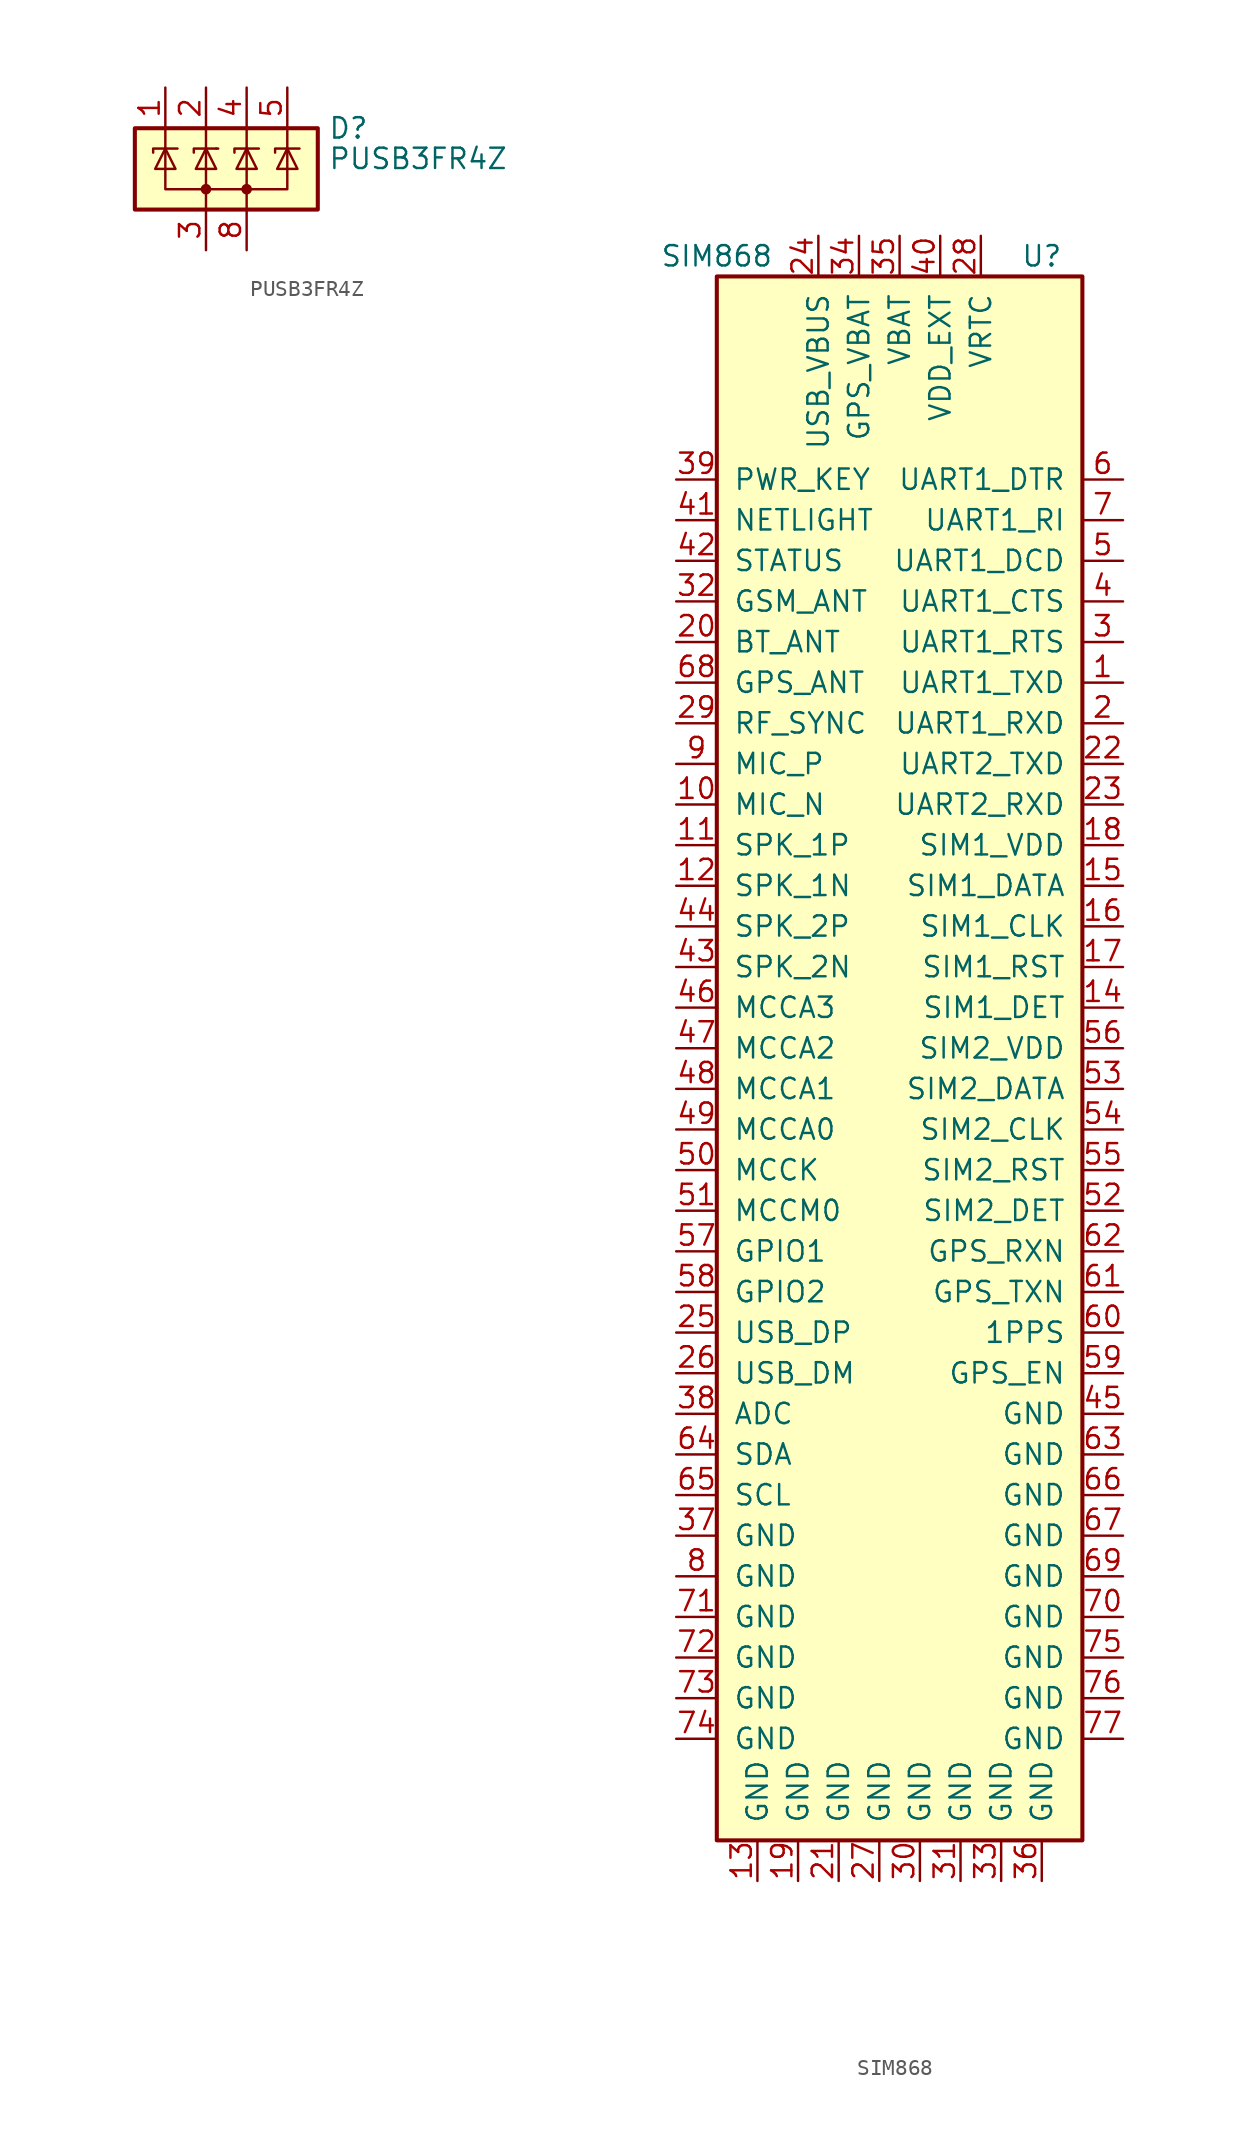
<source format=kicad_sym>
(kicad_symbol_lib
  (version 20231120)
  (generator "kicad_symbol_editor")
  (generator_version "8.0")
  (symbol "PUSB3FR4Z"
    (pin_names hide)
    (property "Reference" "D"
      (at 7.62 2.54 0)
      (effects (font (size 1.27 1.27)) (justify left)))
    (property "Value" "PUSB3FR4Z"
      (at 7.62 0.635 0)
      (effects (font (size 1.27 1.27)) (justify left)))
    (symbol "PUSB3FR4Z_0_1"
      (rectangle (start -4.445 2.54) (end 6.985 -2.54) (stroke (width 0.254) (type default)) (fill (type background)))
      (circle (center 0 -1.27) (radius 0.254) (stroke (width 0) (type default)) (fill (type outline)))
      (polyline (pts (xy -2.54 2.54) (xy -2.54 1.27)) (stroke (width 0) (type default)) (fill (type none)))
      (polyline (pts (xy 0 -1.27) (xy 0 -2.54)) (stroke (width 0) (type default)) (fill (type none)))
      (polyline (pts (xy 0 -1.27) (xy 0 1.27)) (stroke (width 0) (type default)) (fill (type none)))
      (polyline (pts (xy 0 2.54) (xy 0 1.27)) (stroke (width 0) (type default)) (fill (type none)))
      (polyline (pts (xy 0.635 1.27) (xy 0.762 1.27)) (stroke (width 0) (type default)) (fill (type none)))
      (polyline (pts (xy 2.54 -2.54) (xy 2.54 -1.27)) (stroke (width 0) (type default)) (fill (type none)))
      (polyline (pts (xy 2.54 2.54) (xy 2.54 1.27)) (stroke (width 0) (type default)) (fill (type none)))
      (polyline (pts (xy 5.08 2.54) (xy 5.08 1.27)) (stroke (width 0) (type default)) (fill (type none)))
      (polyline (pts (xy 0.635 1.27) (xy -0.762 1.27) (xy -0.762 1.016)) (stroke (width 0) (type default)) (fill (type none)))
      (polyline (pts (xy 5.08 1.27) (xy 5.08 -1.27) (xy 2.54 -1.27)) (stroke (width 0) (type default)) (fill (type none)))
      (polyline (pts (xy -3.302 1.016) (xy -3.302 1.27) (xy -1.905 1.27) (xy -1.778 1.27)) (stroke (width 0) (type default)) (fill (type none)))
      (polyline (pts (xy -2.54 1.27) (xy -2.54 -1.27) (xy 2.54 -1.27) (xy 2.54 1.27)) (stroke (width 0) (type default)) (fill (type none)))
      (polyline (pts (xy -2.54 1.27) (xy -1.905 0) (xy -3.175 0) (xy -2.54 1.27)) (stroke (width 0) (type default)) (fill (type none)))
      (polyline (pts (xy 0.635 0) (xy -0.635 0) (xy 0 1.27) (xy 0.635 0)) (stroke (width 0) (type default)) (fill (type none)))
      (polyline (pts (xy 1.778 1.016) (xy 1.778 1.27) (xy 3.175 1.27) (xy 3.302 1.27)) (stroke (width 0) (type default)) (fill (type none)))
      (polyline (pts (xy 2.54 1.27) (xy 1.905 0) (xy 3.175 0) (xy 2.54 1.27)) (stroke (width 0) (type default)) (fill (type none)))
      (polyline (pts (xy 4.318 1.016) (xy 4.318 1.27) (xy 5.715 1.27) (xy 5.842 1.27)) (stroke (width 0) (type default)) (fill (type none)))
      (polyline (pts (xy 5.08 1.27) (xy 4.445 0) (xy 5.715 0) (xy 5.08 1.27)) (stroke (width 0) (type default)) (fill (type none)))
      (circle (center 2.54 -1.27) (radius 0.254) (stroke (width 0) (type default)) (fill (type outline))))
    (symbol "PUSB3FR4Z_1_0"
      (pin no_connect line (at 8.89 -2.54 180) (length 2.54) hide (name "NC" (effects (font (size 1.27 1.27)))) (number "10" (effects (font (size 1.27 1.27)))))
      (pin power_in line (at 0 -5.08 90) (length 2.54) (name "GND" (effects (font (size 1.27 1.27)))) (number "3" (effects (font (size 1.27 1.27)))))
      (pin no_connect line (at -6.35 -2.54 0) (length 2.54) hide (name "NC" (effects (font (size 1.27 1.27)))) (number "6" (effects (font (size 1.27 1.27)))))
      (pin no_connect line (at -3.81 -5.08 90) (length 2.54) hide (name "NC" (effects (font (size 1.27 1.27)))) (number "7" (effects (font (size 1.27 1.27)))))
      (pin power_in line (at 2.54 -5.08 90) (length 2.54) (name "GND" (effects (font (size 1.27 1.27)))) (number "8" (effects (font (size 1.27 1.27)))))
      (pin no_connect line (at 6.35 -5.08 90) (length 2.54) hide (name "NC" (effects (font (size 1.27 1.27)))) (number "9" (effects (font (size 1.27 1.27))))))
    (symbol "PUSB3FR4Z_1_1"
      (pin passive line (at -2.54 5.08 270) (length 2.54) (name "K" (effects (font (size 1.27 1.27)))) (number "1" (effects (font (size 1.27 1.27)))))
      (pin passive line (at 0 5.08 270) (length 2.54) (name "K" (effects (font (size 1.27 1.27)))) (number "2" (effects (font (size 1.27 1.27)))))
      (pin passive line (at 2.54 5.08 270) (length 2.54) (name "K" (effects (font (size 1.27 1.27)))) (number "4" (effects (font (size 1.27 1.27)))))
      (pin passive line (at 5.08 5.08 270) (length 2.54) (name "K" (effects (font (size 1.27 1.27)))) (number "5" (effects (font (size 1.27 1.27)))))))
  (symbol "SIM868"
    (pin_names
      (offset 1.016))
    (property "Reference" "U"
      (at 43.18 123.19 0)
      (effects (font (size 1.27 1.27))))
    (property "Value" "SIM868"
      (at 22.86 123.19 0)
      (effects (font (size 1.27 1.27))))
    (symbol "SIM868_0_1"
      (rectangle (start 22.86 121.92) (end 45.72 24.13) (stroke (width 0.254) (type solid)) (fill (type background))))
    (symbol "SIM868_1_1"
      (pin output line (at 48.26 96.52 180) (length 2.54) (name "UART1_TXD" (effects (font (size 1.27 1.27)))) (number "1" (effects (font (size 1.27 1.27)))))
      (pin input line (at 20.32 88.9 0) (length 2.54) (name "MIC_N" (effects (font (size 1.27 1.27)))) (number "10" (effects (font (size 1.27 1.27)))))
      (pin output line (at 20.32 86.36 0) (length 2.54) (name "SPK_1P" (effects (font (size 1.27 1.27)))) (number "11" (effects (font (size 1.27 1.27)))))
      (pin output line (at 20.32 83.82 0) (length 2.54) (name "SPK_1N" (effects (font (size 1.27 1.27)))) (number "12" (effects (font (size 1.27 1.27)))))
      (pin power_in line (at 25.4 21.59 90) (length 2.54) (name "GND" (effects (font (size 1.27 1.27)))) (number "13" (effects (font (size 1.27 1.27)))))
      (pin input line (at 48.26 76.2 180) (length 2.54) (name "SIM1_DET" (effects (font (size 1.27 1.27)))) (number "14" (effects (font (size 1.27 1.27)))))
      (pin bidirectional line (at 48.26 83.82 180) (length 2.54) (name "SIM1_DATA" (effects (font (size 1.27 1.27)))) (number "15" (effects (font (size 1.27 1.27)))))
      (pin output line (at 48.26 81.28 180) (length 2.54) (name "SIM1_CLK" (effects (font (size 1.27 1.27)))) (number "16" (effects (font (size 1.27 1.27)))))
      (pin output line (at 48.26 78.74 180) (length 2.54) (name "SIM1_RST" (effects (font (size 1.27 1.27)))) (number "17" (effects (font (size 1.27 1.27)))))
      (pin power_out line (at 48.26 86.36 180) (length 2.54) (name "SIM1_VDD" (effects (font (size 1.27 1.27)))) (number "18" (effects (font (size 1.27 1.27)))))
      (pin power_in line (at 27.94 21.59 90) (length 2.54) (name "GND" (effects (font (size 1.27 1.27)))) (number "19" (effects (font (size 1.27 1.27)))))
      (pin input line (at 48.26 93.98 180) (length 2.54) (name "UART1_RXD" (effects (font (size 1.27 1.27)))) (number "2" (effects (font (size 1.27 1.27)))))
      (pin bidirectional line (at 20.32 99.06 0) (length 2.54) (name "BT_ANT" (effects (font (size 1.27 1.27)))) (number "20" (effects (font (size 1.27 1.27)))))
      (pin power_in line (at 30.48 21.59 90) (length 2.54) (name "GND" (effects (font (size 1.27 1.27)))) (number "21" (effects (font (size 1.27 1.27)))))
      (pin output line (at 48.26 91.44 180) (length 2.54) (name "UART2_TXD" (effects (font (size 1.27 1.27)))) (number "22" (effects (font (size 1.27 1.27)))))
      (pin input line (at 48.26 88.9 180) (length 2.54) (name "UART2_RXD" (effects (font (size 1.27 1.27)))) (number "23" (effects (font (size 1.27 1.27)))))
      (pin power_in line (at 29.21 124.46 270) (length 2.54) (name "USB_VBUS" (effects (font (size 1.27 1.27)))) (number "24" (effects (font (size 1.27 1.27)))))
      (pin bidirectional line (at 20.32 55.88 0) (length 2.54) (name "USB_DP" (effects (font (size 1.27 1.27)))) (number "25" (effects (font (size 1.27 1.27)))))
      (pin bidirectional line (at 20.32 53.34 0) (length 2.54) (name "USB_DM" (effects (font (size 1.27 1.27)))) (number "26" (effects (font (size 1.27 1.27)))))
      (pin power_in line (at 33.02 21.59 90) (length 2.54) (name "GND" (effects (font (size 1.27 1.27)))) (number "27" (effects (font (size 1.27 1.27)))))
      (pin bidirectional line (at 39.37 124.46 270) (length 2.54) (name "VRTC" (effects (font (size 1.27 1.27)))) (number "28" (effects (font (size 1.27 1.27)))))
      (pin output line (at 20.32 93.98 0) (length 2.54) (name "RF_SYNC" (effects (font (size 1.27 1.27)))) (number "29" (effects (font (size 1.27 1.27)))))
      (pin input line (at 48.26 99.06 180) (length 2.54) (name "UART1_RTS" (effects (font (size 1.27 1.27)))) (number "3" (effects (font (size 1.27 1.27)))))
      (pin power_in line (at 35.56 21.59 90) (length 2.54) (name "GND" (effects (font (size 1.27 1.27)))) (number "30" (effects (font (size 1.27 1.27)))))
      (pin power_in line (at 38.1 21.59 90) (length 2.54) (name "GND" (effects (font (size 1.27 1.27)))) (number "31" (effects (font (size 1.27 1.27)))))
      (pin bidirectional line (at 20.32 101.6 0) (length 2.54) (name "GSM_ANT" (effects (font (size 1.27 1.27)))) (number "32" (effects (font (size 1.27 1.27)))))
      (pin power_in line (at 40.64 21.59 90) (length 2.54) (name "GND" (effects (font (size 1.27 1.27)))) (number "33" (effects (font (size 1.27 1.27)))))
      (pin power_in line (at 31.75 124.46 270) (length 2.54) (name "GPS_VBAT" (effects (font (size 1.27 1.27)))) (number "34" (effects (font (size 1.27 1.27)))))
      (pin power_in line (at 34.29 124.46 270) (length 2.54) (name "VBAT" (effects (font (size 1.27 1.27)))) (number "35" (effects (font (size 1.27 1.27)))))
      (pin power_in line (at 43.18 21.59 90) (length 2.54) (name "GND" (effects (font (size 1.27 1.27)))) (number "36" (effects (font (size 1.27 1.27)))))
      (pin power_in line (at 20.32 43.18 0) (length 2.54) (name "GND" (effects (font (size 1.27 1.27)))) (number "37" (effects (font (size 1.27 1.27)))))
      (pin input line (at 20.32 50.8 0) (length 2.54) (name "ADC" (effects (font (size 1.27 1.27)))) (number "38" (effects (font (size 1.27 1.27)))))
      (pin input line (at 20.32 109.22 0) (length 2.54) (name "PWR_KEY" (effects (font (size 1.27 1.27)))) (number "39" (effects (font (size 1.27 1.27)))))
      (pin output line (at 48.26 101.6 180) (length 2.54) (name "UART1_CTS" (effects (font (size 1.27 1.27)))) (number "4" (effects (font (size 1.27 1.27)))))
      (pin power_out line (at 36.83 124.46 270) (length 2.54) (name "VDD_EXT" (effects (font (size 1.27 1.27)))) (number "40" (effects (font (size 1.27 1.27)))))
      (pin output line (at 20.32 106.68 0) (length 2.54) (name "NETLIGHT" (effects (font (size 1.27 1.27)))) (number "41" (effects (font (size 1.27 1.27)))))
      (pin output line (at 20.32 104.14 0) (length 2.54) (name "STATUS" (effects (font (size 1.27 1.27)))) (number "42" (effects (font (size 1.27 1.27)))))
      (pin output line (at 20.32 78.74 0) (length 2.54) (name "SPK_2N" (effects (font (size 1.27 1.27)))) (number "43" (effects (font (size 1.27 1.27)))))
      (pin output line (at 20.32 81.28 0) (length 2.54) (name "SPK_2P" (effects (font (size 1.27 1.27)))) (number "44" (effects (font (size 1.27 1.27)))))
      (pin power_in line (at 48.26 50.8 180) (length 2.54) (name "GND" (effects (font (size 1.27 1.27)))) (number "45" (effects (font (size 1.27 1.27)))))
      (pin bidirectional line (at 20.32 76.2 0) (length 2.54) (name "MCCA3" (effects (font (size 1.27 1.27)))) (number "46" (effects (font (size 1.27 1.27)))))
      (pin bidirectional line (at 20.32 73.66 0) (length 2.54) (name "MCCA2" (effects (font (size 1.27 1.27)))) (number "47" (effects (font (size 1.27 1.27)))))
      (pin bidirectional line (at 20.32 71.12 0) (length 2.54) (name "MCCA1" (effects (font (size 1.27 1.27)))) (number "48" (effects (font (size 1.27 1.27)))))
      (pin bidirectional line (at 20.32 68.58 0) (length 2.54) (name "MCCA0" (effects (font (size 1.27 1.27)))) (number "49" (effects (font (size 1.27 1.27)))))
      (pin output line (at 48.26 104.14 180) (length 2.54) (name "UART1_DCD" (effects (font (size 1.27 1.27)))) (number "5" (effects (font (size 1.27 1.27)))))
      (pin bidirectional line (at 20.32 66.04 0) (length 2.54) (name "MCCK" (effects (font (size 1.27 1.27)))) (number "50" (effects (font (size 1.27 1.27)))))
      (pin bidirectional line (at 20.32 63.5 0) (length 2.54) (name "MCCM0" (effects (font (size 1.27 1.27)))) (number "51" (effects (font (size 1.27 1.27)))))
      (pin input line (at 48.26 63.5 180) (length 2.54) (name "SIM2_DET" (effects (font (size 1.27 1.27)))) (number "52" (effects (font (size 1.27 1.27)))))
      (pin bidirectional line (at 48.26 71.12 180) (length 2.54) (name "SIM2_DATA" (effects (font (size 1.27 1.27)))) (number "53" (effects (font (size 1.27 1.27)))))
      (pin output line (at 48.26 68.58 180) (length 2.54) (name "SIM2_CLK" (effects (font (size 1.27 1.27)))) (number "54" (effects (font (size 1.27 1.27)))))
      (pin output line (at 48.26 66.04 180) (length 2.54) (name "SIM2_RST" (effects (font (size 1.27 1.27)))) (number "55" (effects (font (size 1.27 1.27)))))
      (pin power_out line (at 48.26 73.66 180) (length 2.54) (name "SIM2_VDD" (effects (font (size 1.27 1.27)))) (number "56" (effects (font (size 1.27 1.27)))))
      (pin bidirectional line (at 20.32 60.96 0) (length 2.54) (name "GPIO1" (effects (font (size 1.27 1.27)))) (number "57" (effects (font (size 1.27 1.27)))))
      (pin bidirectional line (at 20.32 58.42 0) (length 2.54) (name "GPIO2" (effects (font (size 1.27 1.27)))) (number "58" (effects (font (size 1.27 1.27)))))
      (pin input line (at 48.26 53.34 180) (length 2.54) (name "GPS_EN" (effects (font (size 1.27 1.27)))) (number "59" (effects (font (size 1.27 1.27)))))
      (pin input line (at 48.26 109.22 180) (length 2.54) (name "UART1_DTR" (effects (font (size 1.27 1.27)))) (number "6" (effects (font (size 1.27 1.27)))))
      (pin output line (at 48.26 55.88 180) (length 2.54) (name "1PPS" (effects (font (size 1.27 1.27)))) (number "60" (effects (font (size 1.27 1.27)))))
      (pin output line (at 48.26 58.42 180) (length 2.54) (name "GPS_TXN" (effects (font (size 1.27 1.27)))) (number "61" (effects (font (size 1.27 1.27)))))
      (pin input line (at 48.26 60.96 180) (length 2.54) (name "GPS_RXN" (effects (font (size 1.27 1.27)))) (number "62" (effects (font (size 1.27 1.27)))))
      (pin power_in line (at 48.26 48.26 180) (length 2.54) (name "GND" (effects (font (size 1.27 1.27)))) (number "63" (effects (font (size 1.27 1.27)))))
      (pin bidirectional line (at 20.32 48.26 0) (length 2.54) (name "SDA" (effects (font (size 1.27 1.27)))) (number "64" (effects (font (size 1.27 1.27)))))
      (pin output line (at 20.32 45.72 0) (length 2.54) (name "SCL" (effects (font (size 1.27 1.27)))) (number "65" (effects (font (size 1.27 1.27)))))
      (pin power_in line (at 48.26 45.72 180) (length 2.54) (name "GND" (effects (font (size 1.27 1.27)))) (number "66" (effects (font (size 1.27 1.27)))))
      (pin power_in line (at 48.26 43.18 180) (length 2.54) (name "GND" (effects (font (size 1.27 1.27)))) (number "67" (effects (font (size 1.27 1.27)))))
      (pin input line (at 20.32 96.52 0) (length 2.54) (name "GPS_ANT" (effects (font (size 1.27 1.27)))) (number "68" (effects (font (size 1.27 1.27)))))
      (pin power_in line (at 48.26 40.64 180) (length 2.54) (name "GND" (effects (font (size 1.27 1.27)))) (number "69" (effects (font (size 1.27 1.27)))))
      (pin output line (at 48.26 106.68 180) (length 2.54) (name "UART1_RI" (effects (font (size 1.27 1.27)))) (number "7" (effects (font (size 1.27 1.27)))))
      (pin power_in line (at 48.26 38.1 180) (length 2.54) (name "GND" (effects (font (size 1.27 1.27)))) (number "70" (effects (font (size 1.27 1.27)))))
      (pin power_in line (at 20.32 38.1 0) (length 2.54) (name "GND" (effects (font (size 1.27 1.27)))) (number "71" (effects (font (size 1.27 1.27)))))
      (pin power_in line (at 20.32 35.56 0) (length 2.54) (name "GND" (effects (font (size 1.27 1.27)))) (number "72" (effects (font (size 1.27 1.27)))))
      (pin power_in line (at 20.32 33.02 0) (length 2.54) (name "GND" (effects (font (size 1.27 1.27)))) (number "73" (effects (font (size 1.27 1.27)))))
      (pin power_in line (at 20.32 30.48 0) (length 2.54) (name "GND" (effects (font (size 1.27 1.27)))) (number "74" (effects (font (size 1.27 1.27)))))
      (pin power_in line (at 48.26 35.56 180) (length 2.54) (name "GND" (effects (font (size 1.27 1.27)))) (number "75" (effects (font (size 1.27 1.27)))))
      (pin power_in line (at 48.26 33.02 180) (length 2.54) (name "GND" (effects (font (size 1.27 1.27)))) (number "76" (effects (font (size 1.27 1.27)))))
      (pin power_in line (at 48.26 30.48 180) (length 2.54) (name "GND" (effects (font (size 1.27 1.27)))) (number "77" (effects (font (size 1.27 1.27)))))
      (pin power_in line (at 20.32 40.64 0) (length 2.54) (name "GND" (effects (font (size 1.27 1.27)))) (number "8" (effects (font (size 1.27 1.27)))))
      (pin input line (at 20.32 91.44 0) (length 2.54) (name "MIC_P" (effects (font (size 1.27 1.27)))) (number "9" (effects (font (size 1.27 1.27))))))))
</source>
